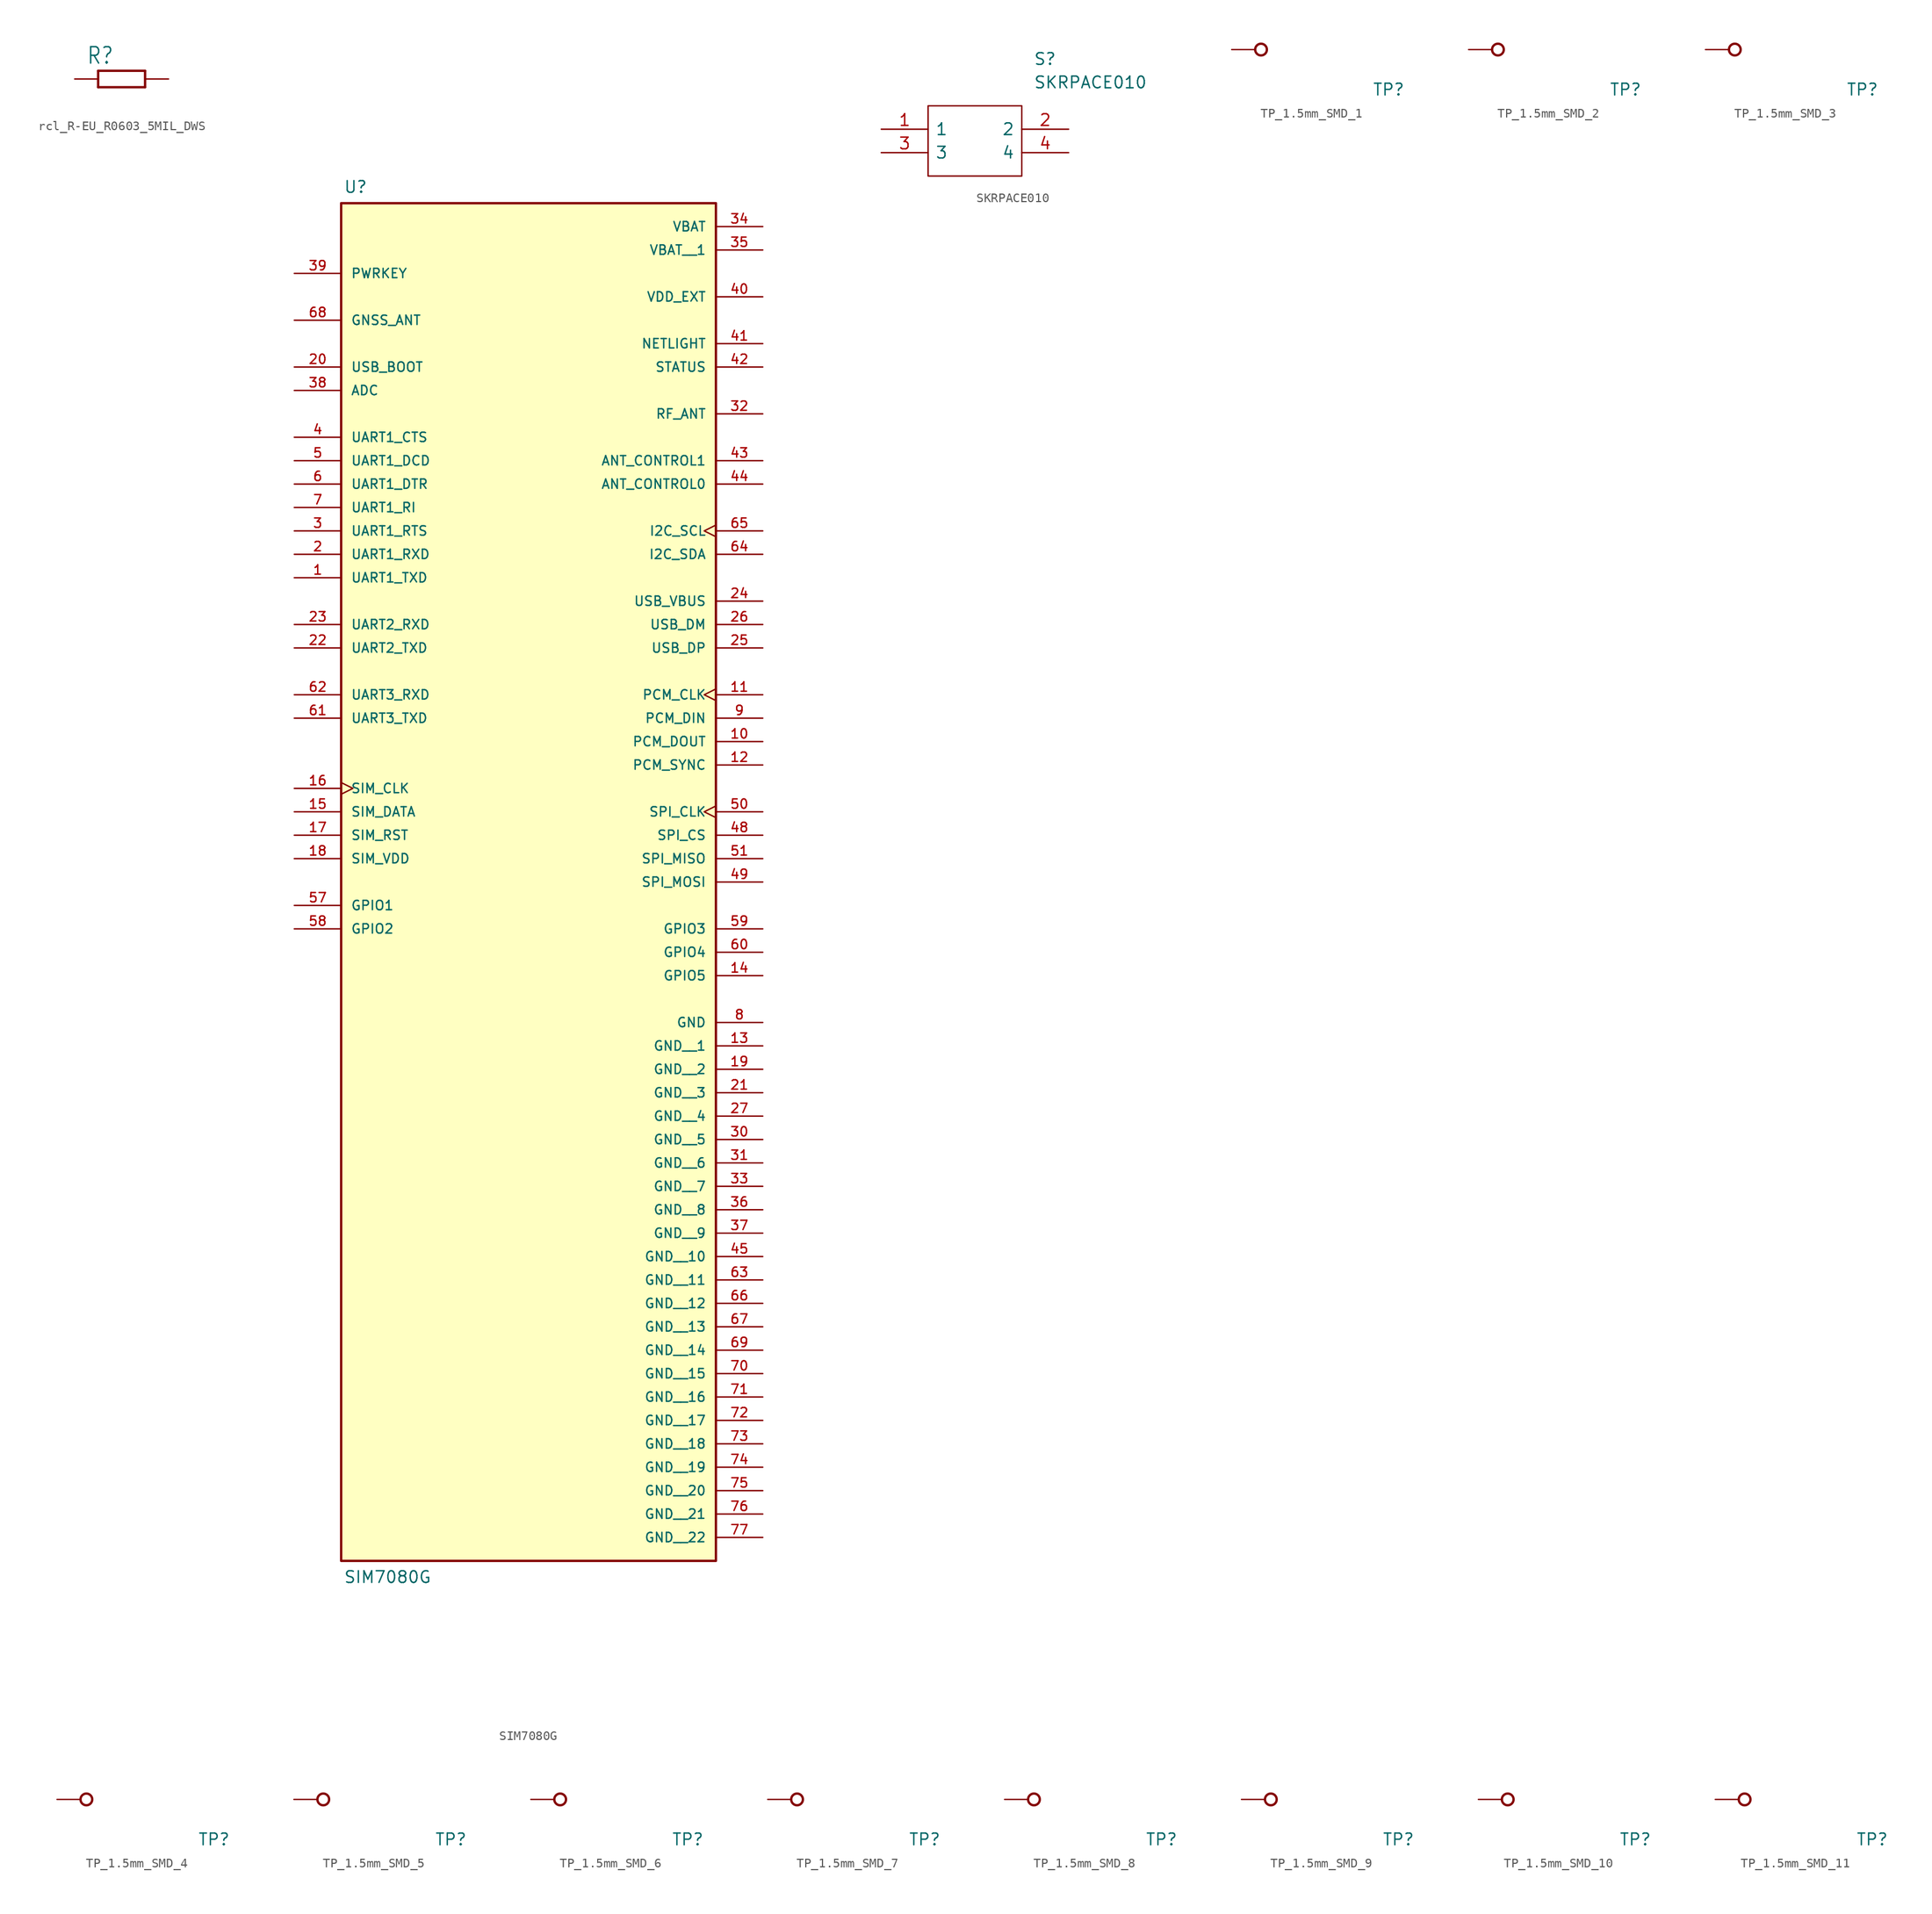
<source format=kicad_sym>
(kicad_symbol_lib
  (version 20231120)
  (generator "kicad_symbol_editor")
  (generator_version "8.0")
  (symbol "rcl_R-EU_R0603_5MIL_DWS"
    (property "Reference" "R"
      (at -3.81 1.499 0)
      (effects (font (size 1.778 1.511)) (justify left bottom)))
    (property "Value" ""
      (at -3.81 -3.302 0)
      (effects (font (size 1.778 1.511)) (justify left bottom)))
    (property "ki_locked" ""
      (at 0 0 0)
      (effects (font (size 1.27 1.27))))
    (symbol "rcl_R-EU_R0603_5MIL_DWS_1_0"
      (polyline (pts (xy -2.54 -0.889) (xy -2.54 0.889)) (stroke (width 0.254) (type solid)) (fill (type none)))
      (polyline (pts (xy -2.54 -0.889) (xy 2.54 -0.889)) (stroke (width 0.254) (type solid)) (fill (type none)))
      (polyline (pts (xy 2.54 -0.889) (xy 2.54 0.889)) (stroke (width 0.254) (type solid)) (fill (type none)))
      (polyline (pts (xy 2.54 0.889) (xy -2.54 0.889)) (stroke (width 0.254) (type solid)) (fill (type none)))
      (pin passive line (at -5.08 0 0) (length 2.54) (name "1" (effects (font (size 0 0)))) (number "1" (effects (font (size 0 0)))))
      (pin passive line (at 5.08 0 180) (length 2.54) (name "2" (effects (font (size 0 0)))) (number "2" (effects (font (size 0 0)))))))
  (symbol "SIM7080G"
    (pin_names
      (offset 1.016))
    (property "Reference" "U"
      (at -20.066 44.196 0)
      (effects (font (size 1.27 1.27)) (justify left bottom)))
    (property "Value" "SIM7080G"
      (at -20.066 -105.156 0)
      (effects (font (size 1.27 1.27)) (justify left top)))
    (symbol "SIM7080G_0_0"
      (rectangle (start -20.32 -104.14) (end 20.32 43.18) (stroke (width 0.254) (type default)) (fill (type background)))
      (pin output line (at -25.4 2.54 0) (length 5.08) (name "UART1_TXD" (effects (font (size 1.016 1.016)))) (number "1" (effects (font (size 1.016 1.016)))))
      (pin output line (at 25.4 -15.24 180) (length 5.08) (name "PCM_DOUT" (effects (font (size 1.016 1.016)))) (number "10" (effects (font (size 1.016 1.016)))))
      (pin output clock (at 25.4 -10.16 180) (length 5.08) (name "PCM_CLK" (effects (font (size 1.016 1.016)))) (number "11" (effects (font (size 1.016 1.016)))))
      (pin output line (at 25.4 -17.78 180) (length 5.08) (name "PCM_SYNC" (effects (font (size 1.016 1.016)))) (number "12" (effects (font (size 1.016 1.016)))))
      (pin power_in line (at 25.4 -48.26 180) (length 5.08) (name "GND__1" (effects (font (size 1.016 1.016)))) (number "13" (effects (font (size 1.016 1.016)))))
      (pin bidirectional line (at 25.4 -40.64 180) (length 5.08) (name "GPIO5" (effects (font (size 1.016 1.016)))) (number "14" (effects (font (size 1.016 1.016)))))
      (pin bidirectional line (at -25.4 -22.86 0) (length 5.08) (name "SIM_DATA" (effects (font (size 1.016 1.016)))) (number "15" (effects (font (size 1.016 1.016)))))
      (pin output clock (at -25.4 -20.32 0) (length 5.08) (name "SIM_CLK" (effects (font (size 1.016 1.016)))) (number "16" (effects (font (size 1.016 1.016)))))
      (pin output line (at -25.4 -25.4 0) (length 5.08) (name "SIM_RST" (effects (font (size 1.016 1.016)))) (number "17" (effects (font (size 1.016 1.016)))))
      (pin output line (at -25.4 -27.94 0) (length 5.08) (name "SIM_VDD" (effects (font (size 1.016 1.016)))) (number "18" (effects (font (size 1.016 1.016)))))
      (pin power_in line (at 25.4 -50.8 180) (length 5.08) (name "GND__2" (effects (font (size 1.016 1.016)))) (number "19" (effects (font (size 1.016 1.016)))))
      (pin input line (at -25.4 5.08 0) (length 5.08) (name "UART1_RXD" (effects (font (size 1.016 1.016)))) (number "2" (effects (font (size 1.016 1.016)))))
      (pin input line (at -25.4 25.4 0) (length 5.08) (name "USB_BOOT" (effects (font (size 1.016 1.016)))) (number "20" (effects (font (size 1.016 1.016)))))
      (pin power_in line (at 25.4 -53.34 180) (length 5.08) (name "GND__3" (effects (font (size 1.016 1.016)))) (number "21" (effects (font (size 1.016 1.016)))))
      (pin output line (at -25.4 -5.08 0) (length 5.08) (name "UART2_TXD" (effects (font (size 1.016 1.016)))) (number "22" (effects (font (size 1.016 1.016)))))
      (pin input line (at -25.4 -2.54 0) (length 5.08) (name "UART2_RXD" (effects (font (size 1.016 1.016)))) (number "23" (effects (font (size 1.016 1.016)))))
      (pin input line (at 25.4 0 180) (length 5.08) (name "USB_VBUS" (effects (font (size 1.016 1.016)))) (number "24" (effects (font (size 1.016 1.016)))))
      (pin bidirectional line (at 25.4 -5.08 180) (length 5.08) (name "USB_DP" (effects (font (size 1.016 1.016)))) (number "25" (effects (font (size 1.016 1.016)))))
      (pin bidirectional line (at 25.4 -2.54 180) (length 5.08) (name "USB_DM" (effects (font (size 1.016 1.016)))) (number "26" (effects (font (size 1.016 1.016)))))
      (pin power_in line (at 25.4 -55.88 180) (length 5.08) (name "GND__4" (effects (font (size 1.016 1.016)))) (number "27" (effects (font (size 1.016 1.016)))))
      (pin input line (at -25.4 7.62 0) (length 5.08) (name "UART1_RTS" (effects (font (size 1.016 1.016)))) (number "3" (effects (font (size 1.016 1.016)))))
      (pin power_in line (at 25.4 -58.42 180) (length 5.08) (name "GND__5" (effects (font (size 1.016 1.016)))) (number "30" (effects (font (size 1.016 1.016)))))
      (pin power_in line (at 25.4 -60.96 180) (length 5.08) (name "GND__6" (effects (font (size 1.016 1.016)))) (number "31" (effects (font (size 1.016 1.016)))))
      (pin bidirectional line (at 25.4 20.32 180) (length 5.08) (name "RF_ANT" (effects (font (size 1.016 1.016)))) (number "32" (effects (font (size 1.016 1.016)))))
      (pin power_in line (at 25.4 -63.5 180) (length 5.08) (name "GND__7" (effects (font (size 1.016 1.016)))) (number "33" (effects (font (size 1.016 1.016)))))
      (pin power_in line (at 25.4 40.64 180) (length 5.08) (name "VBAT" (effects (font (size 1.016 1.016)))) (number "34" (effects (font (size 1.016 1.016)))))
      (pin power_in line (at 25.4 38.1 180) (length 5.08) (name "VBAT__1" (effects (font (size 1.016 1.016)))) (number "35" (effects (font (size 1.016 1.016)))))
      (pin power_in line (at 25.4 -66.04 180) (length 5.08) (name "GND__8" (effects (font (size 1.016 1.016)))) (number "36" (effects (font (size 1.016 1.016)))))
      (pin power_in line (at 25.4 -68.58 180) (length 5.08) (name "GND__9" (effects (font (size 1.016 1.016)))) (number "37" (effects (font (size 1.016 1.016)))))
      (pin input line (at -25.4 22.86 0) (length 5.08) (name "ADC" (effects (font (size 1.016 1.016)))) (number "38" (effects (font (size 1.016 1.016)))))
      (pin input line (at -25.4 35.56 0) (length 5.08) (name "PWRKEY" (effects (font (size 1.016 1.016)))) (number "39" (effects (font (size 1.016 1.016)))))
      (pin output line (at -25.4 17.78 0) (length 5.08) (name "UART1_CTS" (effects (font (size 1.016 1.016)))) (number "4" (effects (font (size 1.016 1.016)))))
      (pin output line (at 25.4 33.02 180) (length 5.08) (name "VDD_EXT" (effects (font (size 1.016 1.016)))) (number "40" (effects (font (size 1.016 1.016)))))
      (pin output line (at 25.4 27.94 180) (length 5.08) (name "NETLIGHT" (effects (font (size 1.016 1.016)))) (number "41" (effects (font (size 1.016 1.016)))))
      (pin output line (at 25.4 25.4 180) (length 5.08) (name "STATUS" (effects (font (size 1.016 1.016)))) (number "42" (effects (font (size 1.016 1.016)))))
      (pin bidirectional line (at 25.4 15.24 180) (length 5.08) (name "ANT_CONTROL1" (effects (font (size 1.016 1.016)))) (number "43" (effects (font (size 1.016 1.016)))))
      (pin output line (at 25.4 12.7 180) (length 5.08) (name "ANT_CONTROL0" (effects (font (size 1.016 1.016)))) (number "44" (effects (font (size 1.016 1.016)))))
      (pin power_in line (at 25.4 -71.12 180) (length 5.08) (name "GND__10" (effects (font (size 1.016 1.016)))) (number "45" (effects (font (size 1.016 1.016)))))
      (pin output line (at 25.4 -25.4 180) (length 5.08) (name "SPI_CS" (effects (font (size 1.016 1.016)))) (number "48" (effects (font (size 1.016 1.016)))))
      (pin output line (at 25.4 -30.48 180) (length 5.08) (name "SPI_MOSI" (effects (font (size 1.016 1.016)))) (number "49" (effects (font (size 1.016 1.016)))))
      (pin output line (at -25.4 15.24 0) (length 5.08) (name "UART1_DCD" (effects (font (size 1.016 1.016)))) (number "5" (effects (font (size 1.016 1.016)))))
      (pin output clock (at 25.4 -22.86 180) (length 5.08) (name "SPI_CLK" (effects (font (size 1.016 1.016)))) (number "50" (effects (font (size 1.016 1.016)))))
      (pin input line (at 25.4 -27.94 180) (length 5.08) (name "SPI_MISO" (effects (font (size 1.016 1.016)))) (number "51" (effects (font (size 1.016 1.016)))))
      (pin bidirectional line (at -25.4 -33.02 0) (length 5.08) (name "GPIO1" (effects (font (size 1.016 1.016)))) (number "57" (effects (font (size 1.016 1.016)))))
      (pin bidirectional line (at -25.4 -35.56 0) (length 5.08) (name "GPIO2" (effects (font (size 1.016 1.016)))) (number "58" (effects (font (size 1.016 1.016)))))
      (pin bidirectional line (at 25.4 -35.56 180) (length 5.08) (name "GPIO3" (effects (font (size 1.016 1.016)))) (number "59" (effects (font (size 1.016 1.016)))))
      (pin input line (at -25.4 12.7 0) (length 5.08) (name "UART1_DTR" (effects (font (size 1.016 1.016)))) (number "6" (effects (font (size 1.016 1.016)))))
      (pin bidirectional line (at 25.4 -38.1 180) (length 5.08) (name "GPIO4" (effects (font (size 1.016 1.016)))) (number "60" (effects (font (size 1.016 1.016)))))
      (pin output line (at -25.4 -12.7 0) (length 5.08) (name "UART3_TXD" (effects (font (size 1.016 1.016)))) (number "61" (effects (font (size 1.016 1.016)))))
      (pin input line (at -25.4 -10.16 0) (length 5.08) (name "UART3_RXD" (effects (font (size 1.016 1.016)))) (number "62" (effects (font (size 1.016 1.016)))))
      (pin power_in line (at 25.4 -73.66 180) (length 5.08) (name "GND__11" (effects (font (size 1.016 1.016)))) (number "63" (effects (font (size 1.016 1.016)))))
      (pin bidirectional line (at 25.4 5.08 180) (length 5.08) (name "I2C_SDA" (effects (font (size 1.016 1.016)))) (number "64" (effects (font (size 1.016 1.016)))))
      (pin output clock (at 25.4 7.62 180) (length 5.08) (name "I2C_SCL" (effects (font (size 1.016 1.016)))) (number "65" (effects (font (size 1.016 1.016)))))
      (pin power_in line (at 25.4 -76.2 180) (length 5.08) (name "GND__12" (effects (font (size 1.016 1.016)))) (number "66" (effects (font (size 1.016 1.016)))))
      (pin power_in line (at 25.4 -78.74 180) (length 5.08) (name "GND__13" (effects (font (size 1.016 1.016)))) (number "67" (effects (font (size 1.016 1.016)))))
      (pin input line (at -25.4 30.48 0) (length 5.08) (name "GNSS_ANT" (effects (font (size 1.016 1.016)))) (number "68" (effects (font (size 1.016 1.016)))))
      (pin power_in line (at 25.4 -81.28 180) (length 5.08) (name "GND__14" (effects (font (size 1.016 1.016)))) (number "69" (effects (font (size 1.016 1.016)))))
      (pin output line (at -25.4 10.16 0) (length 5.08) (name "UART1_RI" (effects (font (size 1.016 1.016)))) (number "7" (effects (font (size 1.016 1.016)))))
      (pin power_in line (at 25.4 -83.82 180) (length 5.08) (name "GND__15" (effects (font (size 1.016 1.016)))) (number "70" (effects (font (size 1.016 1.016)))))
      (pin power_in line (at 25.4 -86.36 180) (length 5.08) (name "GND__16" (effects (font (size 1.016 1.016)))) (number "71" (effects (font (size 1.016 1.016)))))
      (pin power_in line (at 25.4 -88.9 180) (length 5.08) (name "GND__17" (effects (font (size 1.016 1.016)))) (number "72" (effects (font (size 1.016 1.016)))))
      (pin power_in line (at 25.4 -91.44 180) (length 5.08) (name "GND__18" (effects (font (size 1.016 1.016)))) (number "73" (effects (font (size 1.016 1.016)))))
      (pin power_in line (at 25.4 -93.98 180) (length 5.08) (name "GND__19" (effects (font (size 1.016 1.016)))) (number "74" (effects (font (size 1.016 1.016)))))
      (pin power_in line (at 25.4 -96.52 180) (length 5.08) (name "GND__20" (effects (font (size 1.016 1.016)))) (number "75" (effects (font (size 1.016 1.016)))))
      (pin power_in line (at 25.4 -99.06 180) (length 5.08) (name "GND__21" (effects (font (size 1.016 1.016)))) (number "76" (effects (font (size 1.016 1.016)))))
      (pin power_in line (at 25.4 -101.6 180) (length 5.08) (name "GND__22" (effects (font (size 1.016 1.016)))) (number "77" (effects (font (size 1.016 1.016)))))
      (pin power_in line (at 25.4 -45.72 180) (length 5.08) (name "GND" (effects (font (size 1.016 1.016)))) (number "8" (effects (font (size 1.016 1.016)))))
      (pin input line (at 25.4 -12.7 180) (length 5.08) (name "PCM_DIN" (effects (font (size 1.016 1.016)))) (number "9" (effects (font (size 1.016 1.016)))))))
  (symbol "SKRPACE010"
    (pin_names
      (offset 0.762))
    (property "Reference" "S"
      (at 16.51 7.62 0)
      (effects (font (size 1.27 1.27)) (justify left)))
    (property "Value" "SKRPACE010"
      (at 16.51 5.08 0)
      (effects (font (size 1.27 1.27)) (justify left)))
    (symbol "SKRPACE010_0_0"
      (pin passive line (at 0 0 0) (length 5.08) (name "1" (effects (font (size 1.27 1.27)))) (number "1" (effects (font (size 1.27 1.27)))))
      (pin passive line (at 20.32 0 180) (length 5.08) (name "2" (effects (font (size 1.27 1.27)))) (number "2" (effects (font (size 1.27 1.27)))))
      (pin passive line (at 0 -2.54 0) (length 5.08) (name "3" (effects (font (size 1.27 1.27)))) (number "3" (effects (font (size 1.27 1.27)))))
      (pin passive line (at 20.32 -2.54 180) (length 5.08) (name "4" (effects (font (size 1.27 1.27)))) (number "4" (effects (font (size 1.27 1.27))))))
    (symbol "SKRPACE010_0_1"
      (polyline (pts (xy 5.08 2.54) (xy 15.24 2.54) (xy 15.24 -5.08) (xy 5.08 -5.08) (xy 5.08 2.54)) (stroke (width 0.152) (type solid)) (fill (type none)))))
  (symbol "TP_1.5mm_SMD_1"
    (pin_numbers hide)
    (pin_names hide)
    (property "Reference" "TP"
      (at 15.24 -5.08 0)
      (effects (font (size 1.27 1.27) (thickness 0.15)) (justify left bottom)))
    (symbol "TP_1.5mm_SMD_1_1_1"
      (circle (center 3.175 0) (radius 0.635) (stroke (width 0.254) (type default)) (fill (type none)))
      (pin passive line (at 0 0 0) (length 2.54) (name "1" (effects (font (size 1.27 1.27)))) (number "1" (effects (font (size 1.27 1.27)))))))
  (symbol "TP_1.5mm_SMD_2"
    (pin_numbers hide)
    (pin_names hide)
    (property "Reference" "TP"
      (at 15.24 -5.08 0)
      (effects (font (size 1.27 1.27) (thickness 0.15)) (justify left bottom)))
    (symbol "TP_1.5mm_SMD_2_1_1"
      (circle (center 3.175 0) (radius 0.635) (stroke (width 0.254) (type default)) (fill (type none)))
      (pin passive line (at 0 0 0) (length 2.54) (name "1" (effects (font (size 1.27 1.27)))) (number "1" (effects (font (size 1.27 1.27)))))))
  (symbol "TP_1.5mm_SMD_3"
    (pin_numbers hide)
    (pin_names hide)
    (property "Reference" "TP"
      (at 15.24 -5.08 0)
      (effects (font (size 1.27 1.27) (thickness 0.15)) (justify left bottom)))
    (symbol "TP_1.5mm_SMD_3_1_1"
      (circle (center 3.175 0) (radius 0.635) (stroke (width 0.254) (type default)) (fill (type none)))
      (pin passive line (at 0 0 0) (length 2.54) (name "1" (effects (font (size 1.27 1.27)))) (number "1" (effects (font (size 1.27 1.27)))))))
  (symbol "TP_1.5mm_SMD_4"
    (pin_numbers hide)
    (pin_names hide)
    (property "Reference" "TP"
      (at 15.24 -5.08 0)
      (effects (font (size 1.27 1.27) (thickness 0.15)) (justify left bottom)))
    (symbol "TP_1.5mm_SMD_4_1_1"
      (circle (center 3.175 0) (radius 0.635) (stroke (width 0.254) (type default)) (fill (type none)))
      (pin passive line (at 0 0 0) (length 2.54) (name "1" (effects (font (size 1.27 1.27)))) (number "1" (effects (font (size 1.27 1.27)))))))
  (symbol "TP_1.5mm_SMD_5"
    (pin_numbers hide)
    (pin_names hide)
    (property "Reference" "TP"
      (at 15.24 -5.08 0)
      (effects (font (size 1.27 1.27) (thickness 0.15)) (justify left bottom)))
    (symbol "TP_1.5mm_SMD_5_1_1"
      (circle (center 3.175 0) (radius 0.635) (stroke (width 0.254) (type default)) (fill (type none)))
      (pin passive line (at 0 0 0) (length 2.54) (name "1" (effects (font (size 1.27 1.27)))) (number "1" (effects (font (size 1.27 1.27)))))))
  (symbol "TP_1.5mm_SMD_6"
    (pin_numbers hide)
    (pin_names hide)
    (property "Reference" "TP"
      (at 15.24 -5.08 0)
      (effects (font (size 1.27 1.27) (thickness 0.15)) (justify left bottom)))
    (symbol "TP_1.5mm_SMD_6_1_1"
      (circle (center 3.175 0) (radius 0.635) (stroke (width 0.254) (type default)) (fill (type none)))
      (pin passive line (at 0 0 0) (length 2.54) (name "1" (effects (font (size 1.27 1.27)))) (number "1" (effects (font (size 1.27 1.27)))))))
  (symbol "TP_1.5mm_SMD_7"
    (pin_numbers hide)
    (pin_names hide)
    (property "Reference" "TP"
      (at 15.24 -5.08 0)
      (effects (font (size 1.27 1.27) (thickness 0.15)) (justify left bottom)))
    (symbol "TP_1.5mm_SMD_7_1_1"
      (circle (center 3.175 0) (radius 0.635) (stroke (width 0.254) (type default)) (fill (type none)))
      (pin passive line (at 0 0 0) (length 2.54) (name "1" (effects (font (size 1.27 1.27)))) (number "1" (effects (font (size 1.27 1.27)))))))
  (symbol "TP_1.5mm_SMD_8"
    (pin_numbers hide)
    (pin_names hide)
    (property "Reference" "TP"
      (at 15.24 -5.08 0)
      (effects (font (size 1.27 1.27) (thickness 0.15)) (justify left bottom)))
    (symbol "TP_1.5mm_SMD_8_1_1"
      (circle (center 3.175 0) (radius 0.635) (stroke (width 0.254) (type default)) (fill (type none)))
      (pin passive line (at 0 0 0) (length 2.54) (name "1" (effects (font (size 1.27 1.27)))) (number "1" (effects (font (size 1.27 1.27)))))))
  (symbol "TP_1.5mm_SMD_9"
    (pin_numbers hide)
    (pin_names hide)
    (property "Reference" "TP"
      (at 15.24 -5.08 0)
      (effects (font (size 1.27 1.27) (thickness 0.15)) (justify left bottom)))
    (symbol "TP_1.5mm_SMD_9_1_1"
      (circle (center 3.175 0) (radius 0.635) (stroke (width 0.254) (type default)) (fill (type none)))
      (pin passive line (at 0 0 0) (length 2.54) (name "1" (effects (font (size 1.27 1.27)))) (number "1" (effects (font (size 1.27 1.27)))))))
  (symbol "TP_1.5mm_SMD_10"
    (pin_numbers hide)
    (pin_names hide)
    (property "Reference" "TP"
      (at 15.24 -5.08 0)
      (effects (font (size 1.27 1.27) (thickness 0.15)) (justify left bottom)))
    (symbol "TP_1.5mm_SMD_10_1_1"
      (circle (center 3.175 0) (radius 0.635) (stroke (width 0.254) (type default)) (fill (type none)))
      (pin passive line (at 0 0 0) (length 2.54) (name "1" (effects (font (size 1.27 1.27)))) (number "1" (effects (font (size 1.27 1.27)))))))
  (symbol "TP_1.5mm_SMD_11"
    (pin_numbers hide)
    (pin_names hide)
    (property "Reference" "TP"
      (at 15.24 -5.08 0)
      (effects (font (size 1.27 1.27) (thickness 0.15)) (justify left bottom)))
    (symbol "TP_1.5mm_SMD_11_1_1"
      (circle (center 3.175 0) (radius 0.635) (stroke (width 0.254) (type default)) (fill (type none)))
      (pin passive line (at 0 0 0) (length 2.54) (name "1" (effects (font (size 1.27 1.27)))) (number "1" (effects (font (size 1.27 1.27))))))))
</source>
